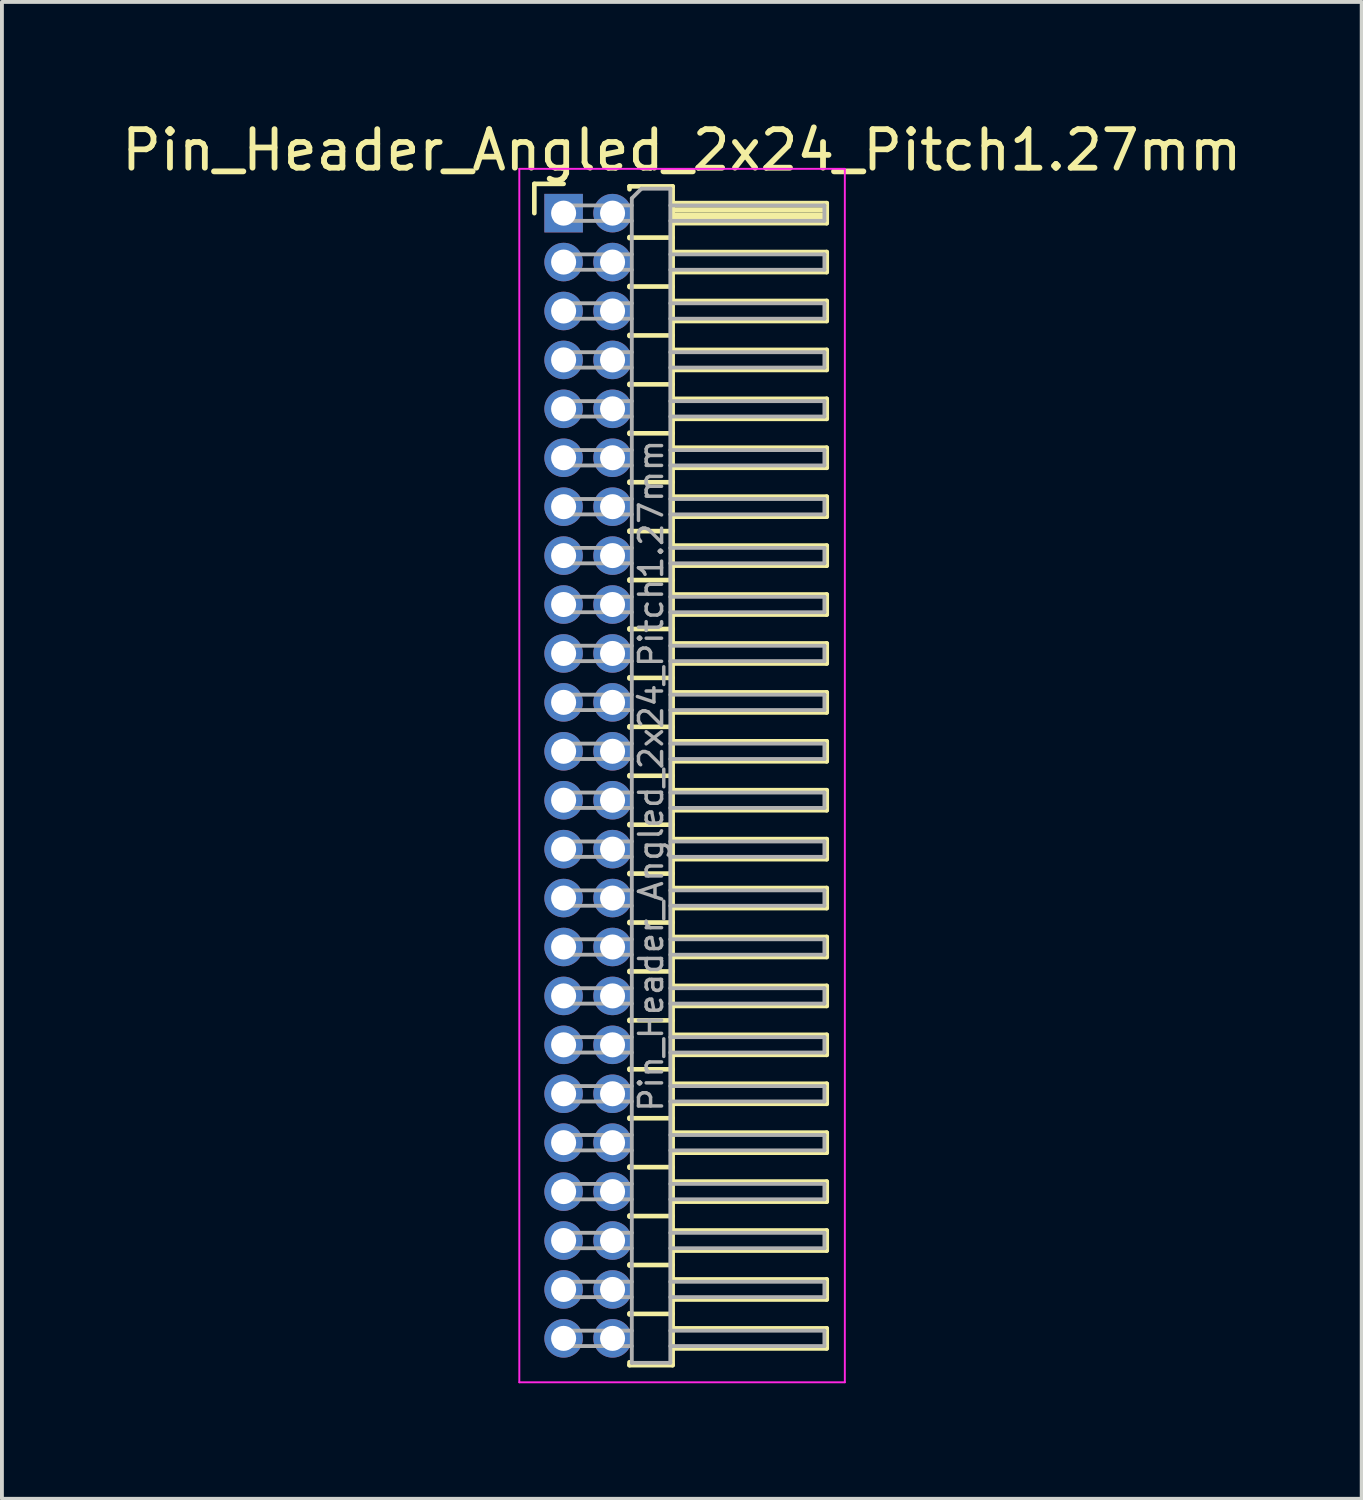
<source format=kicad_pcb>
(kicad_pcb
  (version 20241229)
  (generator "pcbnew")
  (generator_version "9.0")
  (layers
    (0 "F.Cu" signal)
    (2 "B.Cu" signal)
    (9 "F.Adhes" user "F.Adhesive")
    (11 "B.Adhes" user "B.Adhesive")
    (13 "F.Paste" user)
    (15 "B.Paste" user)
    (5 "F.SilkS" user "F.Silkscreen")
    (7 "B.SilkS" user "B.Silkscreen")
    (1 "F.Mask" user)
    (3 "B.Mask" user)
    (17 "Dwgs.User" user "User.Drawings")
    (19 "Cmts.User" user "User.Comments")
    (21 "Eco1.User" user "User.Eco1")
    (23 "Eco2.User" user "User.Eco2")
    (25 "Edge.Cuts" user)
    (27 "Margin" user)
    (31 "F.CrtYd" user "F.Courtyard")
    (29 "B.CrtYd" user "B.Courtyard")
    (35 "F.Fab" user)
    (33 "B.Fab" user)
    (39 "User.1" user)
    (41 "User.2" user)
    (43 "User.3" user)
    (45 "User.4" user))
  (footprint "Pin_Header_Angled_2x24_Pitch1.27mm"
    (layer "F.Cu")
    (at 11.581 2.483)
    (property "Reference" "Pin_Header_Angled_2x24_Pitch1.27mm" (at 3.067 -1.635 0) (layer "F.SilkS") (effects (font (size 1 1) (thickness 0.15))))
    (attr through_hole)
    (fp_line (start -0.76 -0.76) (end 0 -0.76) (stroke (width 0.12) (type solid)) (layer "F.SilkS"))
    (fp_line (start -0.76 0) (end -0.76 -0.76) (stroke (width 0.12) (type solid)) (layer "F.SilkS"))
    (fp_line (start 1.71 -0.695) (end 2.83 -0.695) (stroke (width 0.12) (type solid)) (layer "F.SilkS"))
    (fp_line (start 1.71 -0.62) (end 1.71 -0.695) (stroke (width 0.12) (type solid)) (layer "F.SilkS"))
    (fp_line (start 1.71 0.62) (end 1.71 0.65) (stroke (width 0.12) (type solid)) (layer "F.SilkS"))
    (fp_line (start 1.71 0.635) (end 2.83 0.635) (stroke (width 0.12) (type solid)) (layer "F.SilkS"))
    (fp_line (start 1.71 1.89) (end 1.71 1.92) (stroke (width 0.12) (type solid)) (layer "F.SilkS"))
    (fp_line (start 1.71 1.905) (end 2.83 1.905) (stroke (width 0.12) (type solid)) (layer "F.SilkS"))
    (fp_line (start 1.71 3.16) (end 1.71 3.19) (stroke (width 0.12) (type solid)) (layer "F.SilkS"))
    (fp_line (start 1.71 3.175) (end 2.83 3.175) (stroke (width 0.12) (type solid)) (layer "F.SilkS"))
    (fp_line (start 1.71 4.43) (end 1.71 4.46) (stroke (width 0.12) (type solid)) (layer "F.SilkS"))
    (fp_line (start 1.71 4.445) (end 2.83 4.445) (stroke (width 0.12) (type solid)) (layer "F.SilkS"))
    (fp_line (start 1.71 5.7) (end 1.71 5.73) (stroke (width 0.12) (type solid)) (layer "F.SilkS"))
    (fp_line (start 1.71 5.715) (end 2.83 5.715) (stroke (width 0.12) (type solid)) (layer "F.SilkS"))
    (fp_line (start 1.71 6.97) (end 1.71 7) (stroke (width 0.12) (type solid)) (layer "F.SilkS"))
    (fp_line (start 1.71 6.985) (end 2.83 6.985) (stroke (width 0.12) (type solid)) (layer "F.SilkS"))
    (fp_line (start 1.71 8.24) (end 1.71 8.27) (stroke (width 0.12) (type solid)) (layer "F.SilkS"))
    (fp_line (start 1.71 8.255) (end 2.83 8.255) (stroke (width 0.12) (type solid)) (layer "F.SilkS"))
    (fp_line (start 1.71 9.51) (end 1.71 9.54) (stroke (width 0.12) (type solid)) (layer "F.SilkS"))
    (fp_line (start 1.71 9.525) (end 2.83 9.525) (stroke (width 0.12) (type solid)) (layer "F.SilkS"))
    (fp_line (start 1.71 10.78) (end 1.71 10.81) (stroke (width 0.12) (type solid)) (layer "F.SilkS"))
    (fp_line (start 1.71 10.795) (end 2.83 10.795) (stroke (width 0.12) (type solid)) (layer "F.SilkS"))
    (fp_line (start 1.71 12.05) (end 1.71 12.08) (stroke (width 0.12) (type solid)) (layer "F.SilkS"))
    (fp_line (start 1.71 12.065) (end 2.83 12.065) (stroke (width 0.12) (type solid)) (layer "F.SilkS"))
    (fp_line (start 1.71 13.32) (end 1.71 13.35) (stroke (width 0.12) (type solid)) (layer "F.SilkS"))
    (fp_line (start 1.71 13.335) (end 2.83 13.335) (stroke (width 0.12) (type solid)) (layer "F.SilkS"))
    (fp_line (start 1.71 14.59) (end 1.71 14.62) (stroke (width 0.12) (type solid)) (layer "F.SilkS"))
    (fp_line (start 1.71 14.605) (end 2.83 14.605) (stroke (width 0.12) (type solid)) (layer "F.SilkS"))
    (fp_line (start 1.71 15.86) (end 1.71 15.89) (stroke (width 0.12) (type solid)) (layer "F.SilkS"))
    (fp_line (start 1.71 15.875) (end 2.83 15.875) (stroke (width 0.12) (type solid)) (layer "F.SilkS"))
    (fp_line (start 1.71 17.13) (end 1.71 17.16) (stroke (width 0.12) (type solid)) (layer "F.SilkS"))
    (fp_line (start 1.71 17.145) (end 2.83 17.145) (stroke (width 0.12) (type solid)) (layer "F.SilkS"))
    (fp_line (start 1.71 18.4) (end 1.71 18.43) (stroke (width 0.12) (type solid)) (layer "F.SilkS"))
    (fp_line (start 1.71 18.415) (end 2.83 18.415) (stroke (width 0.12) (type solid)) (layer "F.SilkS"))
    (fp_line (start 1.71 19.67) (end 1.71 19.7) (stroke (width 0.12) (type solid)) (layer "F.SilkS"))
    (fp_line (start 1.71 19.685) (end 2.83 19.685) (stroke (width 0.12) (type solid)) (layer "F.SilkS"))
    (fp_line (start 1.71 20.94) (end 1.71 20.97) (stroke (width 0.12) (type solid)) (layer "F.SilkS"))
    (fp_line (start 1.71 20.955) (end 2.83 20.955) (stroke (width 0.12) (type solid)) (layer "F.SilkS"))
    (fp_line (start 1.71 22.21) (end 1.71 22.24) (stroke (width 0.12) (type solid)) (layer "F.SilkS"))
    (fp_line (start 1.71 22.225) (end 2.83 22.225) (stroke (width 0.12) (type solid)) (layer "F.SilkS"))
    (fp_line (start 1.71 23.48) (end 1.71 23.51) (stroke (width 0.12) (type solid)) (layer "F.SilkS"))
    (fp_line (start 1.71 23.495) (end 2.83 23.495) (stroke (width 0.12) (type solid)) (layer "F.SilkS"))
    (fp_line (start 1.71 24.75) (end 1.71 24.78) (stroke (width 0.12) (type solid)) (layer "F.SilkS"))
    (fp_line (start 1.71 24.765) (end 2.83 24.765) (stroke (width 0.12) (type solid)) (layer "F.SilkS"))
    (fp_line (start 1.71 26.02) (end 1.71 26.05) (stroke (width 0.12) (type solid)) (layer "F.SilkS"))
    (fp_line (start 1.71 26.035) (end 2.83 26.035) (stroke (width 0.12) (type solid)) (layer "F.SilkS"))
    (fp_line (start 1.71 27.29) (end 1.71 27.32) (stroke (width 0.12) (type solid)) (layer "F.SilkS"))
    (fp_line (start 1.71 27.305) (end 2.83 27.305) (stroke (width 0.12) (type solid)) (layer "F.SilkS"))
    (fp_line (start 1.71 28.56) (end 1.71 28.59) (stroke (width 0.12) (type solid)) (layer "F.SilkS"))
    (fp_line (start 1.71 28.575) (end 2.83 28.575) (stroke (width 0.12) (type solid)) (layer "F.SilkS"))
    (fp_line (start 1.71 29.905) (end 1.71 29.83) (stroke (width 0.12) (type solid)) (layer "F.SilkS"))
    (fp_line (start 2.83 -0.695) (end 2.83 29.905) (stroke (width 0.12) (type solid)) (layer "F.SilkS"))
    (fp_line (start 2.83 -0.26) (end 6.83 -0.26) (stroke (width 0.12) (type solid)) (layer "F.SilkS"))
    (fp_line (start 2.83 -0.2) (end 6.83 -0.2) (stroke (width 0.12) (type solid)) (layer "F.SilkS"))
    (fp_line (start 2.83 -0.08) (end 6.83 -0.08) (stroke (width 0.12) (type solid)) (layer "F.SilkS"))
    (fp_line (start 2.83 0.04) (end 6.83 0.04) (stroke (width 0.12) (type solid)) (layer "F.SilkS"))
    (fp_line (start 2.83 0.16) (end 6.83 0.16) (stroke (width 0.12) (type solid)) (layer "F.SilkS"))
    (fp_line (start 2.83 1.01) (end 6.83 1.01) (stroke (width 0.12) (type solid)) (layer "F.SilkS"))
    (fp_line (start 2.83 2.28) (end 6.83 2.28) (stroke (width 0.12) (type solid)) (layer "F.SilkS"))
    (fp_line (start 2.83 3.55) (end 6.83 3.55) (stroke (width 0.12) (type solid)) (layer "F.SilkS"))
    (fp_line (start 2.83 4.82) (end 6.83 4.82) (stroke (width 0.12) (type solid)) (layer "F.SilkS"))
    (fp_line (start 2.83 6.09) (end 6.83 6.09) (stroke (width 0.12) (type solid)) (layer "F.SilkS"))
    (fp_line (start 2.83 7.36) (end 6.83 7.36) (stroke (width 0.12) (type solid)) (layer "F.SilkS"))
    (fp_line (start 2.83 8.63) (end 6.83 8.63) (stroke (width 0.12) (type solid)) (layer "F.SilkS"))
    (fp_line (start 2.83 9.9) (end 6.83 9.9) (stroke (width 0.12) (type solid)) (layer "F.SilkS"))
    (fp_line (start 2.83 11.17) (end 6.83 11.17) (stroke (width 0.12) (type solid)) (layer "F.SilkS"))
    (fp_line (start 2.83 12.44) (end 6.83 12.44) (stroke (width 0.12) (type solid)) (layer "F.SilkS"))
    (fp_line (start 2.83 13.71) (end 6.83 13.71) (stroke (width 0.12) (type solid)) (layer "F.SilkS"))
    (fp_line (start 2.83 14.98) (end 6.83 14.98) (stroke (width 0.12) (type solid)) (layer "F.SilkS"))
    (fp_line (start 2.83 16.25) (end 6.83 16.25) (stroke (width 0.12) (type solid)) (layer "F.SilkS"))
    (fp_line (start 2.83 17.52) (end 6.83 17.52) (stroke (width 0.12) (type solid)) (layer "F.SilkS"))
    (fp_line (start 2.83 18.79) (end 6.83 18.79) (stroke (width 0.12) (type solid)) (layer "F.SilkS"))
    (fp_line (start 2.83 20.06) (end 6.83 20.06) (stroke (width 0.12) (type solid)) (layer "F.SilkS"))
    (fp_line (start 2.83 21.33) (end 6.83 21.33) (stroke (width 0.12) (type solid)) (layer "F.SilkS"))
    (fp_line (start 2.83 22.6) (end 6.83 22.6) (stroke (width 0.12) (type solid)) (layer "F.SilkS"))
    (fp_line (start 2.83 23.87) (end 6.83 23.87) (stroke (width 0.12) (type solid)) (layer "F.SilkS"))
    (fp_line (start 2.83 25.14) (end 6.83 25.14) (stroke (width 0.12) (type solid)) (layer "F.SilkS"))
    (fp_line (start 2.83 26.41) (end 6.83 26.41) (stroke (width 0.12) (type solid)) (layer "F.SilkS"))
    (fp_line (start 2.83 27.68) (end 6.83 27.68) (stroke (width 0.12) (type solid)) (layer "F.SilkS"))
    (fp_line (start 2.83 28.95) (end 6.83 28.95) (stroke (width 0.12) (type solid)) (layer "F.SilkS"))
    (fp_line (start 2.83 29.905) (end 1.71 29.905) (stroke (width 0.12) (type solid)) (layer "F.SilkS"))
    (fp_line (start 6.83 -0.26) (end 6.83 0.26) (stroke (width 0.12) (type solid)) (layer "F.SilkS"))
    (fp_line (start 6.83 0.26) (end 2.83 0.26) (stroke (width 0.12) (type solid)) (layer "F.SilkS"))
    (fp_line (start 6.83 1.01) (end 6.83 1.53) (stroke (width 0.12) (type solid)) (layer "F.SilkS"))
    (fp_line (start 6.83 1.53) (end 2.83 1.53) (stroke (width 0.12) (type solid)) (layer "F.SilkS"))
    (fp_line (start 6.83 2.28) (end 6.83 2.8) (stroke (width 0.12) (type solid)) (layer "F.SilkS"))
    (fp_line (start 6.83 2.8) (end 2.83 2.8) (stroke (width 0.12) (type solid)) (layer "F.SilkS"))
    (fp_line (start 6.83 3.55) (end 6.83 4.07) (stroke (width 0.12) (type solid)) (layer "F.SilkS"))
    (fp_line (start 6.83 4.07) (end 2.83 4.07) (stroke (width 0.12) (type solid)) (layer "F.SilkS"))
    (fp_line (start 6.83 4.82) (end 6.83 5.34) (stroke (width 0.12) (type solid)) (layer "F.SilkS"))
    (fp_line (start 6.83 5.34) (end 2.83 5.34) (stroke (width 0.12) (type solid)) (layer "F.SilkS"))
    (fp_line (start 6.83 6.09) (end 6.83 6.61) (stroke (width 0.12) (type solid)) (layer "F.SilkS"))
    (fp_line (start 6.83 6.61) (end 2.83 6.61) (stroke (width 0.12) (type solid)) (layer "F.SilkS"))
    (fp_line (start 6.83 7.36) (end 6.83 7.88) (stroke (width 0.12) (type solid)) (layer "F.SilkS"))
    (fp_line (start 6.83 7.88) (end 2.83 7.88) (stroke (width 0.12) (type solid)) (layer "F.SilkS"))
    (fp_line (start 6.83 8.63) (end 6.83 9.15) (stroke (width 0.12) (type solid)) (layer "F.SilkS"))
    (fp_line (start 6.83 9.15) (end 2.83 9.15) (stroke (width 0.12) (type solid)) (layer "F.SilkS"))
    (fp_line (start 6.83 9.9) (end 6.83 10.42) (stroke (width 0.12) (type solid)) (layer "F.SilkS"))
    (fp_line (start 6.83 10.42) (end 2.83 10.42) (stroke (width 0.12) (type solid)) (layer "F.SilkS"))
    (fp_line (start 6.83 11.17) (end 6.83 11.69) (stroke (width 0.12) (type solid)) (layer "F.SilkS"))
    (fp_line (start 6.83 11.69) (end 2.83 11.69) (stroke (width 0.12) (type solid)) (layer "F.SilkS"))
    (fp_line (start 6.83 12.44) (end 6.83 12.96) (stroke (width 0.12) (type solid)) (layer "F.SilkS"))
    (fp_line (start 6.83 12.96) (end 2.83 12.96) (stroke (width 0.12) (type solid)) (layer "F.SilkS"))
    (fp_line (start 6.83 13.71) (end 6.83 14.23) (stroke (width 0.12) (type solid)) (layer "F.SilkS"))
    (fp_line (start 6.83 14.23) (end 2.83 14.23) (stroke (width 0.12) (type solid)) (layer "F.SilkS"))
    (fp_line (start 6.83 14.98) (end 6.83 15.5) (stroke (width 0.12) (type solid)) (layer "F.SilkS"))
    (fp_line (start 6.83 15.5) (end 2.83 15.5) (stroke (width 0.12) (type solid)) (layer "F.SilkS"))
    (fp_line (start 6.83 16.25) (end 6.83 16.77) (stroke (width 0.12) (type solid)) (layer "F.SilkS"))
    (fp_line (start 6.83 16.77) (end 2.83 16.77) (stroke (width 0.12) (type solid)) (layer "F.SilkS"))
    (fp_line (start 6.83 17.52) (end 6.83 18.04) (stroke (width 0.12) (type solid)) (layer "F.SilkS"))
    (fp_line (start 6.83 18.04) (end 2.83 18.04) (stroke (width 0.12) (type solid)) (layer "F.SilkS"))
    (fp_line (start 6.83 18.79) (end 6.83 19.31) (stroke (width 0.12) (type solid)) (layer "F.SilkS"))
    (fp_line (start 6.83 19.31) (end 2.83 19.31) (stroke (width 0.12) (type solid)) (layer "F.SilkS"))
    (fp_line (start 6.83 20.06) (end 6.83 20.58) (stroke (width 0.12) (type solid)) (layer "F.SilkS"))
    (fp_line (start 6.83 20.58) (end 2.83 20.58) (stroke (width 0.12) (type solid)) (layer "F.SilkS"))
    (fp_line (start 6.83 21.33) (end 6.83 21.85) (stroke (width 0.12) (type solid)) (layer "F.SilkS"))
    (fp_line (start 6.83 21.85) (end 2.83 21.85) (stroke (width 0.12) (type solid)) (layer "F.SilkS"))
    (fp_line (start 6.83 22.6) (end 6.83 23.12) (stroke (width 0.12) (type solid)) (layer "F.SilkS"))
    (fp_line (start 6.83 23.12) (end 2.83 23.12) (stroke (width 0.12) (type solid)) (layer "F.SilkS"))
    (fp_line (start 6.83 23.87) (end 6.83 24.39) (stroke (width 0.12) (type solid)) (layer "F.SilkS"))
    (fp_line (start 6.83 24.39) (end 2.83 24.39) (stroke (width 0.12) (type solid)) (layer "F.SilkS"))
    (fp_line (start 6.83 25.14) (end 6.83 25.66) (stroke (width 0.12) (type solid)) (layer "F.SilkS"))
    (fp_line (start 6.83 25.66) (end 2.83 25.66) (stroke (width 0.12) (type solid)) (layer "F.SilkS"))
    (fp_line (start 6.83 26.41) (end 6.83 26.93) (stroke (width 0.12) (type solid)) (layer "F.SilkS"))
    (fp_line (start 6.83 26.93) (end 2.83 26.93) (stroke (width 0.12) (type solid)) (layer "F.SilkS"))
    (fp_line (start 6.83 27.68) (end 6.83 28.2) (stroke (width 0.12) (type solid)) (layer "F.SilkS"))
    (fp_line (start 6.83 28.2) (end 2.83 28.2) (stroke (width 0.12) (type solid)) (layer "F.SilkS"))
    (fp_line (start 6.83 28.95) (end 6.83 29.47) (stroke (width 0.12) (type solid)) (layer "F.SilkS"))
    (fp_line (start 6.83 29.47) (end 2.83 29.47) (stroke (width 0.12) (type solid)) (layer "F.SilkS"))
    (fp_line (start -1.15 -1.15) (end -1.15 30.35) (stroke (width 0.05) (type solid)) (layer "F.CrtYd"))
    (fp_line (start -1.15 30.35) (end 7.3 30.35) (stroke (width 0.05) (type solid)) (layer "F.CrtYd"))
    (fp_line (start 7.3 -1.15) (end -1.15 -1.15) (stroke (width 0.05) (type solid)) (layer "F.CrtYd"))
    (fp_line (start 7.3 30.35) (end 7.3 -1.15) (stroke (width 0.05) (type solid)) (layer "F.CrtYd"))
    (fp_line (start -0.2 -0.2) (end -0.2 0.2) (stroke (width 0.1) (type solid)) (layer "F.Fab"))
    (fp_line (start -0.2 -0.2) (end 1.77 -0.2) (stroke (width 0.1) (type solid)) (layer "F.Fab"))
    (fp_line (start -0.2 0.2) (end 1.77 0.2) (stroke (width 0.1) (type solid)) (layer "F.Fab"))
    (fp_line (start -0.2 1.07) (end -0.2 1.47) (stroke (width 0.1) (type solid)) (layer "F.Fab"))
    (fp_line (start -0.2 1.07) (end 1.77 1.07) (stroke (width 0.1) (type solid)) (layer "F.Fab"))
    (fp_line (start -0.2 1.47) (end 1.77 1.47) (stroke (width 0.1) (type solid)) (layer "F.Fab"))
    (fp_line (start -0.2 2.34) (end -0.2 2.74) (stroke (width 0.1) (type solid)) (layer "F.Fab"))
    (fp_line (start -0.2 2.34) (end 1.77 2.34) (stroke (width 0.1) (type solid)) (layer "F.Fab"))
    (fp_line (start -0.2 2.74) (end 1.77 2.74) (stroke (width 0.1) (type solid)) (layer "F.Fab"))
    (fp_line (start -0.2 3.61) (end -0.2 4.01) (stroke (width 0.1) (type solid)) (layer "F.Fab"))
    (fp_line (start -0.2 3.61) (end 1.77 3.61) (stroke (width 0.1) (type solid)) (layer "F.Fab"))
    (fp_line (start -0.2 4.01) (end 1.77 4.01) (stroke (width 0.1) (type solid)) (layer "F.Fab"))
    (fp_line (start -0.2 4.88) (end -0.2 5.28) (stroke (width 0.1) (type solid)) (layer "F.Fab"))
    (fp_line (start -0.2 4.88) (end 1.77 4.88) (stroke (width 0.1) (type solid)) (layer "F.Fab"))
    (fp_line (start -0.2 5.28) (end 1.77 5.28) (stroke (width 0.1) (type solid)) (layer "F.Fab"))
    (fp_line (start -0.2 6.15) (end -0.2 6.55) (stroke (width 0.1) (type solid)) (layer "F.Fab"))
    (fp_line (start -0.2 6.15) (end 1.77 6.15) (stroke (width 0.1) (type solid)) (layer "F.Fab"))
    (fp_line (start -0.2 6.55) (end 1.77 6.55) (stroke (width 0.1) (type solid)) (layer "F.Fab"))
    (fp_line (start -0.2 7.42) (end -0.2 7.82) (stroke (width 0.1) (type solid)) (layer "F.Fab"))
    (fp_line (start -0.2 7.42) (end 1.77 7.42) (stroke (width 0.1) (type solid)) (layer "F.Fab"))
    (fp_line (start -0.2 7.82) (end 1.77 7.82) (stroke (width 0.1) (type solid)) (layer "F.Fab"))
    (fp_line (start -0.2 8.69) (end -0.2 9.09) (stroke (width 0.1) (type solid)) (layer "F.Fab"))
    (fp_line (start -0.2 8.69) (end 1.77 8.69) (stroke (width 0.1) (type solid)) (layer "F.Fab"))
    (fp_line (start -0.2 9.09) (end 1.77 9.09) (stroke (width 0.1) (type solid)) (layer "F.Fab"))
    (fp_line (start -0.2 9.96) (end -0.2 10.36) (stroke (width 0.1) (type solid)) (layer "F.Fab"))
    (fp_line (start -0.2 9.96) (end 1.77 9.96) (stroke (width 0.1) (type solid)) (layer "F.Fab"))
    (fp_line (start -0.2 10.36) (end 1.77 10.36) (stroke (width 0.1) (type solid)) (layer "F.Fab"))
    (fp_line (start -0.2 11.23) (end -0.2 11.63) (stroke (width 0.1) (type solid)) (layer "F.Fab"))
    (fp_line (start -0.2 11.23) (end 1.77 11.23) (stroke (width 0.1) (type solid)) (layer "F.Fab"))
    (fp_line (start -0.2 11.63) (end 1.77 11.63) (stroke (width 0.1) (type solid)) (layer "F.Fab"))
    (fp_line (start -0.2 12.5) (end -0.2 12.9) (stroke (width 0.1) (type solid)) (layer "F.Fab"))
    (fp_line (start -0.2 12.5) (end 1.77 12.5) (stroke (width 0.1) (type solid)) (layer "F.Fab"))
    (fp_line (start -0.2 12.9) (end 1.77 12.9) (stroke (width 0.1) (type solid)) (layer "F.Fab"))
    (fp_line (start -0.2 13.77) (end -0.2 14.17) (stroke (width 0.1) (type solid)) (layer "F.Fab"))
    (fp_line (start -0.2 13.77) (end 1.77 13.77) (stroke (width 0.1) (type solid)) (layer "F.Fab"))
    (fp_line (start -0.2 14.17) (end 1.77 14.17) (stroke (width 0.1) (type solid)) (layer "F.Fab"))
    (fp_line (start -0.2 15.04) (end -0.2 15.44) (stroke (width 0.1) (type solid)) (layer "F.Fab"))
    (fp_line (start -0.2 15.04) (end 1.77 15.04) (stroke (width 0.1) (type solid)) (layer "F.Fab"))
    (fp_line (start -0.2 15.44) (end 1.77 15.44) (stroke (width 0.1) (type solid)) (layer "F.Fab"))
    (fp_line (start -0.2 16.31) (end -0.2 16.71) (stroke (width 0.1) (type solid)) (layer "F.Fab"))
    (fp_line (start -0.2 16.31) (end 1.77 16.31) (stroke (width 0.1) (type solid)) (layer "F.Fab"))
    (fp_line (start -0.2 16.71) (end 1.77 16.71) (stroke (width 0.1) (type solid)) (layer "F.Fab"))
    (fp_line (start -0.2 17.58) (end -0.2 17.98) (stroke (width 0.1) (type solid)) (layer "F.Fab"))
    (fp_line (start -0.2 17.58) (end 1.77 17.58) (stroke (width 0.1) (type solid)) (layer "F.Fab"))
    (fp_line (start -0.2 17.98) (end 1.77 17.98) (stroke (width 0.1) (type solid)) (layer "F.Fab"))
    (fp_line (start -0.2 18.85) (end -0.2 19.25) (stroke (width 0.1) (type solid)) (layer "F.Fab"))
    (fp_line (start -0.2 18.85) (end 1.77 18.85) (stroke (width 0.1) (type solid)) (layer "F.Fab"))
    (fp_line (start -0.2 19.25) (end 1.77 19.25) (stroke (width 0.1) (type solid)) (layer "F.Fab"))
    (fp_line (start -0.2 20.12) (end -0.2 20.52) (stroke (width 0.1) (type solid)) (layer "F.Fab"))
    (fp_line (start -0.2 20.12) (end 1.77 20.12) (stroke (width 0.1) (type solid)) (layer "F.Fab"))
    (fp_line (start -0.2 20.52) (end 1.77 20.52) (stroke (width 0.1) (type solid)) (layer "F.Fab"))
    (fp_line (start -0.2 21.39) (end -0.2 21.79) (stroke (width 0.1) (type solid)) (layer "F.Fab"))
    (fp_line (start -0.2 21.39) (end 1.77 21.39) (stroke (width 0.1) (type solid)) (layer "F.Fab"))
    (fp_line (start -0.2 21.79) (end 1.77 21.79) (stroke (width 0.1) (type solid)) (layer "F.Fab"))
    (fp_line (start -0.2 22.66) (end -0.2 23.06) (stroke (width 0.1) (type solid)) (layer "F.Fab"))
    (fp_line (start -0.2 22.66) (end 1.77 22.66) (stroke (width 0.1) (type solid)) (layer "F.Fab"))
    (fp_line (start -0.2 23.06) (end 1.77 23.06) (stroke (width 0.1) (type solid)) (layer "F.Fab"))
    (fp_line (start -0.2 23.93) (end -0.2 24.33) (stroke (width 0.1) (type solid)) (layer "F.Fab"))
    (fp_line (start -0.2 23.93) (end 1.77 23.93) (stroke (width 0.1) (type solid)) (layer "F.Fab"))
    (fp_line (start -0.2 24.33) (end 1.77 24.33) (stroke (width 0.1) (type solid)) (layer "F.Fab"))
    (fp_line (start -0.2 25.2) (end -0.2 25.6) (stroke (width 0.1) (type solid)) (layer "F.Fab"))
    (fp_line (start -0.2 25.2) (end 1.77 25.2) (stroke (width 0.1) (type solid)) (layer "F.Fab"))
    (fp_line (start -0.2 25.6) (end 1.77 25.6) (stroke (width 0.1) (type solid)) (layer "F.Fab"))
    (fp_line (start -0.2 26.47) (end -0.2 26.87) (stroke (width 0.1) (type solid)) (layer "F.Fab"))
    (fp_line (start -0.2 26.47) (end 1.77 26.47) (stroke (width 0.1) (type solid)) (layer "F.Fab"))
    (fp_line (start -0.2 26.87) (end 1.77 26.87) (stroke (width 0.1) (type solid)) (layer "F.Fab"))
    (fp_line (start -0.2 27.74) (end -0.2 28.14) (stroke (width 0.1) (type solid)) (layer "F.Fab"))
    (fp_line (start -0.2 27.74) (end 1.77 27.74) (stroke (width 0.1) (type solid)) (layer "F.Fab"))
    (fp_line (start -0.2 28.14) (end 1.77 28.14) (stroke (width 0.1) (type solid)) (layer "F.Fab"))
    (fp_line (start -0.2 29.01) (end -0.2 29.41) (stroke (width 0.1) (type solid)) (layer "F.Fab"))
    (fp_line (start -0.2 29.01) (end 1.77 29.01) (stroke (width 0.1) (type solid)) (layer "F.Fab"))
    (fp_line (start -0.2 29.41) (end 1.77 29.41) (stroke (width 0.1) (type solid)) (layer "F.Fab"))
    (fp_line (start 1.77 -0.385) (end 2.02 -0.635) (stroke (width 0.1) (type solid)) (layer "F.Fab"))
    (fp_line (start 1.77 29.845) (end 1.77 -0.385) (stroke (width 0.1) (type solid)) (layer "F.Fab"))
    (fp_line (start 2.02 -0.635) (end 2.77 -0.635) (stroke (width 0.1) (type solid)) (layer "F.Fab"))
    (fp_line (start 2.77 -0.635) (end 2.77 29.845) (stroke (width 0.1) (type solid)) (layer "F.Fab"))
    (fp_line (start 2.77 -0.2) (end 6.77 -0.2) (stroke (width 0.1) (type solid)) (layer "F.Fab"))
    (fp_line (start 2.77 0.2) (end 6.77 0.2) (stroke (width 0.1) (type solid)) (layer "F.Fab"))
    (fp_line (start 2.77 1.07) (end 6.77 1.07) (stroke (width 0.1) (type solid)) (layer "F.Fab"))
    (fp_line (start 2.77 1.47) (end 6.77 1.47) (stroke (width 0.1) (type solid)) (layer "F.Fab"))
    (fp_line (start 2.77 2.34) (end 6.77 2.34) (stroke (width 0.1) (type solid)) (layer "F.Fab"))
    (fp_line (start 2.77 2.74) (end 6.77 2.74) (stroke (width 0.1) (type solid)) (layer "F.Fab"))
    (fp_line (start 2.77 3.61) (end 6.77 3.61) (stroke (width 0.1) (type solid)) (layer "F.Fab"))
    (fp_line (start 2.77 4.01) (end 6.77 4.01) (stroke (width 0.1) (type solid)) (layer "F.Fab"))
    (fp_line (start 2.77 4.88) (end 6.77 4.88) (stroke (width 0.1) (type solid)) (layer "F.Fab"))
    (fp_line (start 2.77 5.28) (end 6.77 5.28) (stroke (width 0.1) (type solid)) (layer "F.Fab"))
    (fp_line (start 2.77 6.15) (end 6.77 6.15) (stroke (width 0.1) (type solid)) (layer "F.Fab"))
    (fp_line (start 2.77 6.55) (end 6.77 6.55) (stroke (width 0.1) (type solid)) (layer "F.Fab"))
    (fp_line (start 2.77 7.42) (end 6.77 7.42) (stroke (width 0.1) (type solid)) (layer "F.Fab"))
    (fp_line (start 2.77 7.82) (end 6.77 7.82) (stroke (width 0.1) (type solid)) (layer "F.Fab"))
    (fp_line (start 2.77 8.69) (end 6.77 8.69) (stroke (width 0.1) (type solid)) (layer "F.Fab"))
    (fp_line (start 2.77 9.09) (end 6.77 9.09) (stroke (width 0.1) (type solid)) (layer "F.Fab"))
    (fp_line (start 2.77 9.96) (end 6.77 9.96) (stroke (width 0.1) (type solid)) (layer "F.Fab"))
    (fp_line (start 2.77 10.36) (end 6.77 10.36) (stroke (width 0.1) (type solid)) (layer "F.Fab"))
    (fp_line (start 2.77 11.23) (end 6.77 11.23) (stroke (width 0.1) (type solid)) (layer "F.Fab"))
    (fp_line (start 2.77 11.63) (end 6.77 11.63) (stroke (width 0.1) (type solid)) (layer "F.Fab"))
    (fp_line (start 2.77 12.5) (end 6.77 12.5) (stroke (width 0.1) (type solid)) (layer "F.Fab"))
    (fp_line (start 2.77 12.9) (end 6.77 12.9) (stroke (width 0.1) (type solid)) (layer "F.Fab"))
    (fp_line (start 2.77 13.77) (end 6.77 13.77) (stroke (width 0.1) (type solid)) (layer "F.Fab"))
    (fp_line (start 2.77 14.17) (end 6.77 14.17) (stroke (width 0.1) (type solid)) (layer "F.Fab"))
    (fp_line (start 2.77 15.04) (end 6.77 15.04) (stroke (width 0.1) (type solid)) (layer "F.Fab"))
    (fp_line (start 2.77 15.44) (end 6.77 15.44) (stroke (width 0.1) (type solid)) (layer "F.Fab"))
    (fp_line (start 2.77 16.31) (end 6.77 16.31) (stroke (width 0.1) (type solid)) (layer "F.Fab"))
    (fp_line (start 2.77 16.71) (end 6.77 16.71) (stroke (width 0.1) (type solid)) (layer "F.Fab"))
    (fp_line (start 2.77 17.58) (end 6.77 17.58) (stroke (width 0.1) (type solid)) (layer "F.Fab"))
    (fp_line (start 2.77 17.98) (end 6.77 17.98) (stroke (width 0.1) (type solid)) (layer "F.Fab"))
    (fp_line (start 2.77 18.85) (end 6.77 18.85) (stroke (width 0.1) (type solid)) (layer "F.Fab"))
    (fp_line (start 2.77 19.25) (end 6.77 19.25) (stroke (width 0.1) (type solid)) (layer "F.Fab"))
    (fp_line (start 2.77 20.12) (end 6.77 20.12) (stroke (width 0.1) (type solid)) (layer "F.Fab"))
    (fp_line (start 2.77 20.52) (end 6.77 20.52) (stroke (width 0.1) (type solid)) (layer "F.Fab"))
    (fp_line (start 2.77 21.39) (end 6.77 21.39) (stroke (width 0.1) (type solid)) (layer "F.Fab"))
    (fp_line (start 2.77 21.79) (end 6.77 21.79) (stroke (width 0.1) (type solid)) (layer "F.Fab"))
    (fp_line (start 2.77 22.66) (end 6.77 22.66) (stroke (width 0.1) (type solid)) (layer "F.Fab"))
    (fp_line (start 2.77 23.06) (end 6.77 23.06) (stroke (width 0.1) (type solid)) (layer "F.Fab"))
    (fp_line (start 2.77 23.93) (end 6.77 23.93) (stroke (width 0.1) (type solid)) (layer "F.Fab"))
    (fp_line (start 2.77 24.33) (end 6.77 24.33) (stroke (width 0.1) (type solid)) (layer "F.Fab"))
    (fp_line (start 2.77 25.2) (end 6.77 25.2) (stroke (width 0.1) (type solid)) (layer "F.Fab"))
    (fp_line (start 2.77 25.6) (end 6.77 25.6) (stroke (width 0.1) (type solid)) (layer "F.Fab"))
    (fp_line (start 2.77 26.47) (end 6.77 26.47) (stroke (width 0.1) (type solid)) (layer "F.Fab"))
    (fp_line (start 2.77 26.87) (end 6.77 26.87) (stroke (width 0.1) (type solid)) (layer "F.Fab"))
    (fp_line (start 2.77 27.74) (end 6.77 27.74) (stroke (width 0.1) (type solid)) (layer "F.Fab"))
    (fp_line (start 2.77 28.14) (end 6.77 28.14) (stroke (width 0.1) (type solid)) (layer "F.Fab"))
    (fp_line (start 2.77 29.01) (end 6.77 29.01) (stroke (width 0.1) (type solid)) (layer "F.Fab"))
    (fp_line (start 2.77 29.41) (end 6.77 29.41) (stroke (width 0.1) (type solid)) (layer "F.Fab"))
    (fp_line (start 2.77 29.845) (end 1.77 29.845) (stroke (width 0.1) (type solid)) (layer "F.Fab"))
    (fp_line (start 6.77 -0.2) (end 6.77 0.2) (stroke (width 0.1) (type solid)) (layer "F.Fab"))
    (fp_line (start 6.77 1.07) (end 6.77 1.47) (stroke (width 0.1) (type solid)) (layer "F.Fab"))
    (fp_line (start 6.77 2.34) (end 6.77 2.74) (stroke (width 0.1) (type solid)) (layer "F.Fab"))
    (fp_line (start 6.77 3.61) (end 6.77 4.01) (stroke (width 0.1) (type solid)) (layer "F.Fab"))
    (fp_line (start 6.77 4.88) (end 6.77 5.28) (stroke (width 0.1) (type solid)) (layer "F.Fab"))
    (fp_line (start 6.77 6.15) (end 6.77 6.55) (stroke (width 0.1) (type solid)) (layer "F.Fab"))
    (fp_line (start 6.77 7.42) (end 6.77 7.82) (stroke (width 0.1) (type solid)) (layer "F.Fab"))
    (fp_line (start 6.77 8.69) (end 6.77 9.09) (stroke (width 0.1) (type solid)) (layer "F.Fab"))
    (fp_line (start 6.77 9.96) (end 6.77 10.36) (stroke (width 0.1) (type solid)) (layer "F.Fab"))
    (fp_line (start 6.77 11.23) (end 6.77 11.63) (stroke (width 0.1) (type solid)) (layer "F.Fab"))
    (fp_line (start 6.77 12.5) (end 6.77 12.9) (stroke (width 0.1) (type solid)) (layer "F.Fab"))
    (fp_line (start 6.77 13.77) (end 6.77 14.17) (stroke (width 0.1) (type solid)) (layer "F.Fab"))
    (fp_line (start 6.77 15.04) (end 6.77 15.44) (stroke (width 0.1) (type solid)) (layer "F.Fab"))
    (fp_line (start 6.77 16.31) (end 6.77 16.71) (stroke (width 0.1) (type solid)) (layer "F.Fab"))
    (fp_line (start 6.77 17.58) (end 6.77 17.98) (stroke (width 0.1) (type solid)) (layer "F.Fab"))
    (fp_line (start 6.77 18.85) (end 6.77 19.25) (stroke (width 0.1) (type solid)) (layer "F.Fab"))
    (fp_line (start 6.77 20.12) (end 6.77 20.52) (stroke (width 0.1) (type solid)) (layer "F.Fab"))
    (fp_line (start 6.77 21.39) (end 6.77 21.79) (stroke (width 0.1) (type solid)) (layer "F.Fab"))
    (fp_line (start 6.77 22.66) (end 6.77 23.06) (stroke (width 0.1) (type solid)) (layer "F.Fab"))
    (fp_line (start 6.77 23.93) (end 6.77 24.33) (stroke (width 0.1) (type solid)) (layer "F.Fab"))
    (fp_line (start 6.77 25.2) (end 6.77 25.6) (stroke (width 0.1) (type solid)) (layer "F.Fab"))
    (fp_line (start 6.77 26.47) (end 6.77 26.87) (stroke (width 0.1) (type solid)) (layer "F.Fab"))
    (fp_line (start 6.77 27.74) (end 6.77 28.14) (stroke (width 0.1) (type solid)) (layer "F.Fab"))
    (fp_line (start 6.77 29.01) (end 6.77 29.41) (stroke (width 0.1) (type solid)) (layer "F.Fab"))
    (fp_text user "${REFERENCE}" (at 2.27 14.605 90) (layer "F.Fab") (effects (font (size 0.6 0.6) (thickness 0.09))))
    (pad "1" thru_hole rect (at 0 0) (size 1 1) (drill 0.65) (layers "*.Cu" "*.Mask"))
    (pad "2" thru_hole oval (at 1.27 0) (size 1 1) (drill 0.65) (layers "*.Cu" "*.Mask"))
    (pad "3" thru_hole oval (at 0 1.27) (size 1 1) (drill 0.65) (layers "*.Cu" "*.Mask"))
    (pad "4" thru_hole oval (at 1.27 1.27) (size 1 1) (drill 0.65) (layers "*.Cu" "*.Mask"))
    (pad "5" thru_hole oval (at 0 2.54) (size 1 1) (drill 0.65) (layers "*.Cu" "*.Mask"))
    (pad "6" thru_hole oval (at 1.27 2.54) (size 1 1) (drill 0.65) (layers "*.Cu" "*.Mask"))
    (pad "7" thru_hole oval (at 0 3.81) (size 1 1) (drill 0.65) (layers "*.Cu" "*.Mask"))
    (pad "8" thru_hole oval (at 1.27 3.81) (size 1 1) (drill 0.65) (layers "*.Cu" "*.Mask"))
    (pad "9" thru_hole oval (at 0 5.08) (size 1 1) (drill 0.65) (layers "*.Cu" "*.Mask"))
    (pad "10" thru_hole oval (at 1.27 5.08) (size 1 1) (drill 0.65) (layers "*.Cu" "*.Mask"))
    (pad "11" thru_hole oval (at 0 6.35) (size 1 1) (drill 0.65) (layers "*.Cu" "*.Mask"))
    (pad "12" thru_hole oval (at 1.27 6.35) (size 1 1) (drill 0.65) (layers "*.Cu" "*.Mask"))
    (pad "13" thru_hole oval (at 0 7.62) (size 1 1) (drill 0.65) (layers "*.Cu" "*.Mask"))
    (pad "14" thru_hole oval (at 1.27 7.62) (size 1 1) (drill 0.65) (layers "*.Cu" "*.Mask"))
    (pad "15" thru_hole oval (at 0 8.89) (size 1 1) (drill 0.65) (layers "*.Cu" "*.Mask"))
    (pad "16" thru_hole oval (at 1.27 8.89) (size 1 1) (drill 0.65) (layers "*.Cu" "*.Mask"))
    (pad "17" thru_hole oval (at 0 10.16) (size 1 1) (drill 0.65) (layers "*.Cu" "*.Mask"))
    (pad "18" thru_hole oval (at 1.27 10.16) (size 1 1) (drill 0.65) (layers "*.Cu" "*.Mask"))
    (pad "19" thru_hole oval (at 0 11.43) (size 1 1) (drill 0.65) (layers "*.Cu" "*.Mask"))
    (pad "20" thru_hole oval (at 1.27 11.43) (size 1 1) (drill 0.65) (layers "*.Cu" "*.Mask"))
    (pad "21" thru_hole oval (at 0 12.7) (size 1 1) (drill 0.65) (layers "*.Cu" "*.Mask"))
    (pad "22" thru_hole oval (at 1.27 12.7) (size 1 1) (drill 0.65) (layers "*.Cu" "*.Mask"))
    (pad "23" thru_hole oval (at 0 13.97) (size 1 1) (drill 0.65) (layers "*.Cu" "*.Mask"))
    (pad "24" thru_hole oval (at 1.27 13.97) (size 1 1) (drill 0.65) (layers "*.Cu" "*.Mask"))
    (pad "25" thru_hole oval (at 0 15.24) (size 1 1) (drill 0.65) (layers "*.Cu" "*.Mask"))
    (pad "26" thru_hole oval (at 1.27 15.24) (size 1 1) (drill 0.65) (layers "*.Cu" "*.Mask"))
    (pad "27" thru_hole oval (at 0 16.51) (size 1 1) (drill 0.65) (layers "*.Cu" "*.Mask"))
    (pad "28" thru_hole oval (at 1.27 16.51) (size 1 1) (drill 0.65) (layers "*.Cu" "*.Mask"))
    (pad "29" thru_hole oval (at 0 17.78) (size 1 1) (drill 0.65) (layers "*.Cu" "*.Mask"))
    (pad "30" thru_hole oval (at 1.27 17.78) (size 1 1) (drill 0.65) (layers "*.Cu" "*.Mask"))
    (pad "31" thru_hole oval (at 0 19.05) (size 1 1) (drill 0.65) (layers "*.Cu" "*.Mask"))
    (pad "32" thru_hole oval (at 1.27 19.05) (size 1 1) (drill 0.65) (layers "*.Cu" "*.Mask"))
    (pad "33" thru_hole oval (at 0 20.32) (size 1 1) (drill 0.65) (layers "*.Cu" "*.Mask"))
    (pad "34" thru_hole oval (at 1.27 20.32) (size 1 1) (drill 0.65) (layers "*.Cu" "*.Mask"))
    (pad "35" thru_hole oval (at 0 21.59) (size 1 1) (drill 0.65) (layers "*.Cu" "*.Mask"))
    (pad "36" thru_hole oval (at 1.27 21.59) (size 1 1) (drill 0.65) (layers "*.Cu" "*.Mask"))
    (pad "37" thru_hole oval (at 0 22.86) (size 1 1) (drill 0.65) (layers "*.Cu" "*.Mask"))
    (pad "38" thru_hole oval (at 1.27 22.86) (size 1 1) (drill 0.65) (layers "*.Cu" "*.Mask"))
    (pad "39" thru_hole oval (at 0 24.13) (size 1 1) (drill 0.65) (layers "*.Cu" "*.Mask"))
    (pad "40" thru_hole oval (at 1.27 24.13) (size 1 1) (drill 0.65) (layers "*.Cu" "*.Mask"))
    (pad "41" thru_hole oval (at 0 25.4) (size 1 1) (drill 0.65) (layers "*.Cu" "*.Mask"))
    (pad "42" thru_hole oval (at 1.27 25.4) (size 1 1) (drill 0.65) (layers "*.Cu" "*.Mask"))
    (pad "43" thru_hole oval (at 0 26.67) (size 1 1) (drill 0.65) (layers "*.Cu" "*.Mask"))
    (pad "44" thru_hole oval (at 1.27 26.67) (size 1 1) (drill 0.65) (layers "*.Cu" "*.Mask"))
    (pad "45" thru_hole oval (at 0 27.94) (size 1 1) (drill 0.65) (layers "*.Cu" "*.Mask"))
    (pad "46" thru_hole oval (at 1.27 27.94) (size 1 1) (drill 0.65) (layers "*.Cu" "*.Mask"))
    (pad "47" thru_hole oval (at 0 29.21) (size 1 1) (drill 0.65) (layers "*.Cu" "*.Mask"))
    (pad "48" thru_hole oval (at 1.27 29.21) (size 1 1) (drill 0.65) (layers "*.Cu" "*.Mask")))
  (gr_rect
    (start -3 -3)
    (end 32.298 35.858)
    (stroke (width 0.1) (type default))
    (fill no)
    (layer "Edge.Cuts")))
</source>
